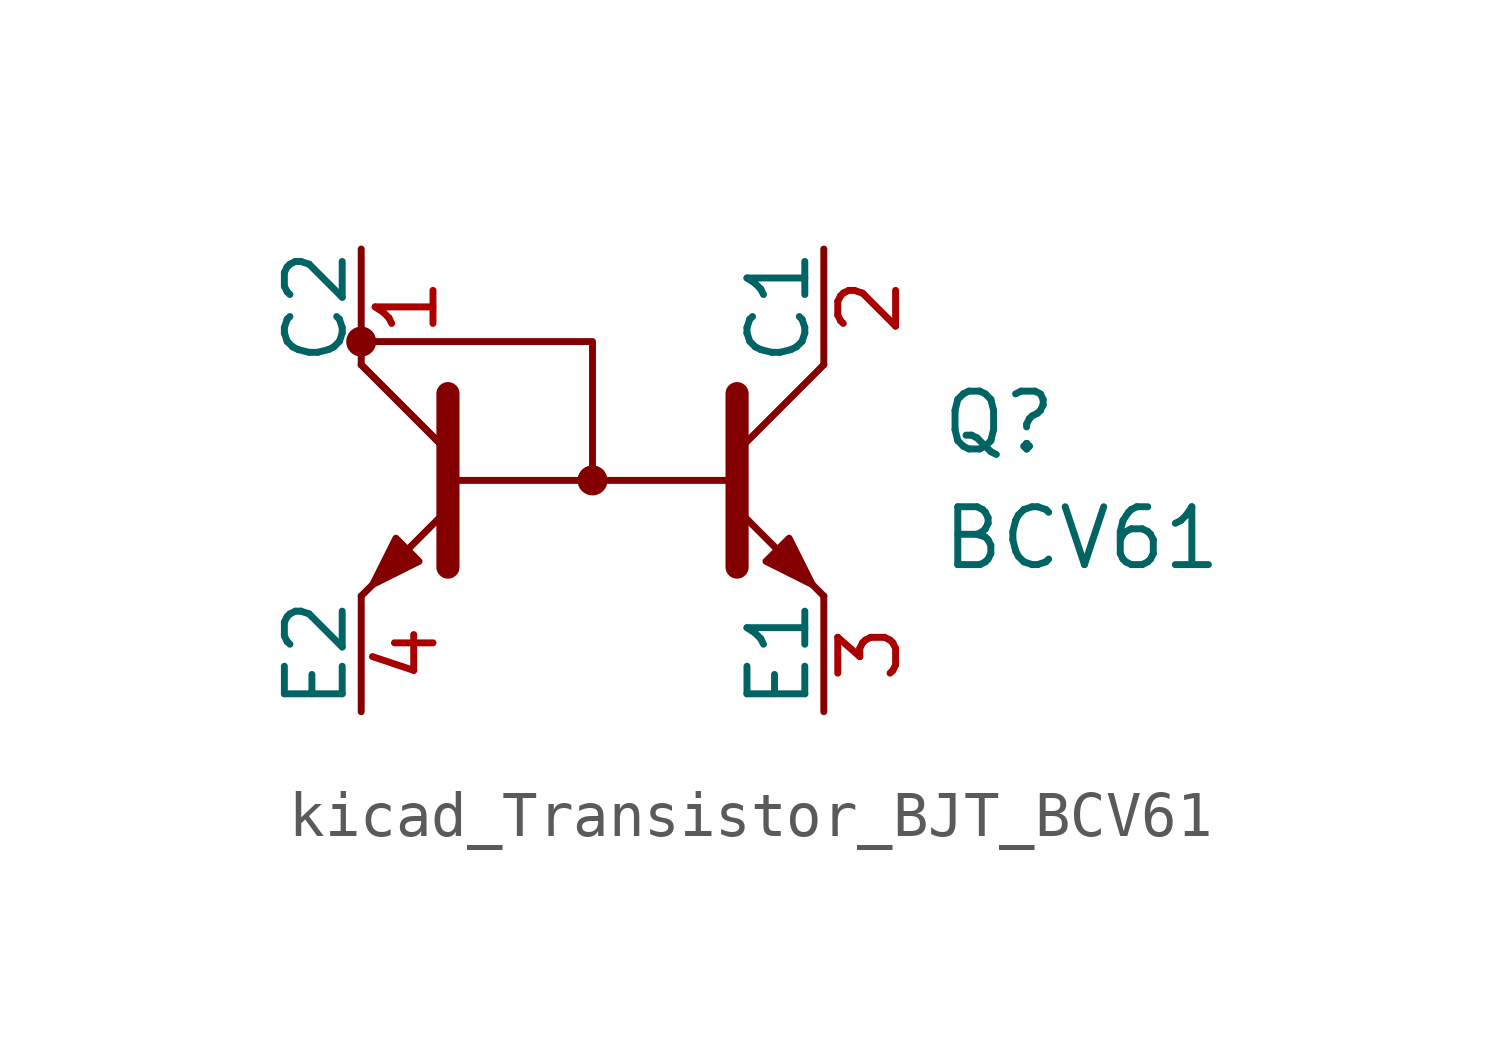
<source format=kicad_sym>
(kicad_symbol_lib
  (version 20220914)
  (generator kicad_symbol_editor)
  (symbol "kicad_Transistor_BJT_BCV61"
    (pin_names
      (offset 0))
    (property "Reference" "Q"
      (at 7.62 1.27 0)
      (effects (font (size 1.27 1.27)) (justify left)))
    (property "Value" "BCV61"
      (at 7.62 -1.27 0)
      (effects (font (size 1.27 1.27)) (justify left)))
    (symbol "kicad_Transistor_BJT_BCV61_0_1"
      (circle (center -5.08 3.048) (radius 0.254) (stroke (width 0) (type default)) (fill (type outline)))
      (polyline (pts (xy -5.08 -2.54) (xy -3.175 -0.635)) (stroke (width 0) (type default)) (fill (type none)))
      (polyline (pts (xy -5.08 2.54) (xy -3.175 0.635)) (stroke (width 0) (type default)) (fill (type none)))
      (polyline (pts (xy -5.08 2.54) (xy -3.175 0.635)) (stroke (width 0) (type default)) (fill (type none)))
      (polyline (pts (xy 3.175 0) (xy -3.175 0)) (stroke (width 0) (type default)) (fill (type none)))
      (polyline (pts (xy 5.08 -2.54) (xy 3.175 -0.635)) (stroke (width 0) (type default)) (fill (type none)))
      (polyline (pts (xy 5.08 2.54) (xy 3.175 0.635)) (stroke (width 0) (type default)) (fill (type none)))
      (polyline (pts (xy -3.175 -1.905) (xy -3.175 1.905) (xy -3.175 1.905)) (stroke (width 0.508) (type default)) (fill (type outline)))
      (polyline (pts (xy 0 0) (xy 0 3.048) (xy -5.08 3.048)) (stroke (width 0) (type default)) (fill (type none)))
      (polyline (pts (xy 3.175 -1.905) (xy 3.175 1.905) (xy 3.175 1.905)) (stroke (width 0.508) (type default)) (fill (type outline)))
      (polyline (pts (xy -3.81 -1.778) (xy -4.318 -1.27) (xy -4.826 -2.286) (xy -3.81 -1.778) (xy -3.81 -1.778)) (stroke (width 0) (type default)) (fill (type outline)))
      (polyline (pts (xy 3.81 -1.778) (xy 4.318 -1.27) (xy 4.826 -2.286) (xy 3.81 -1.778) (xy 3.81 -1.778)) (stroke (width 0) (type default)) (fill (type outline)))
      (circle (center 0 0) (radius 0.254) (stroke (width 0) (type default)) (fill (type outline))))
    (symbol "kicad_Transistor_BJT_BCV61_1_1"
      (pin passive line (at -5.08 5.08 270) (length 2.54) (name "C2" (effects (font (size 1.27 1.27)))) (number "1" (effects (font (size 1.27 1.27)))))
      (pin passive line (at 5.08 5.08 270) (length 2.54) (name "C1" (effects (font (size 1.27 1.27)))) (number "2" (effects (font (size 1.27 1.27)))))
      (pin passive line (at 5.08 -5.08 90) (length 2.54) (name "E1" (effects (font (size 1.27 1.27)))) (number "3" (effects (font (size 1.27 1.27)))))
      (pin passive line (at -5.08 -5.08 90) (length 2.54) (name "E2" (effects (font (size 1.27 1.27)))) (number "4" (effects (font (size 1.27 1.27))))))))
</source>
